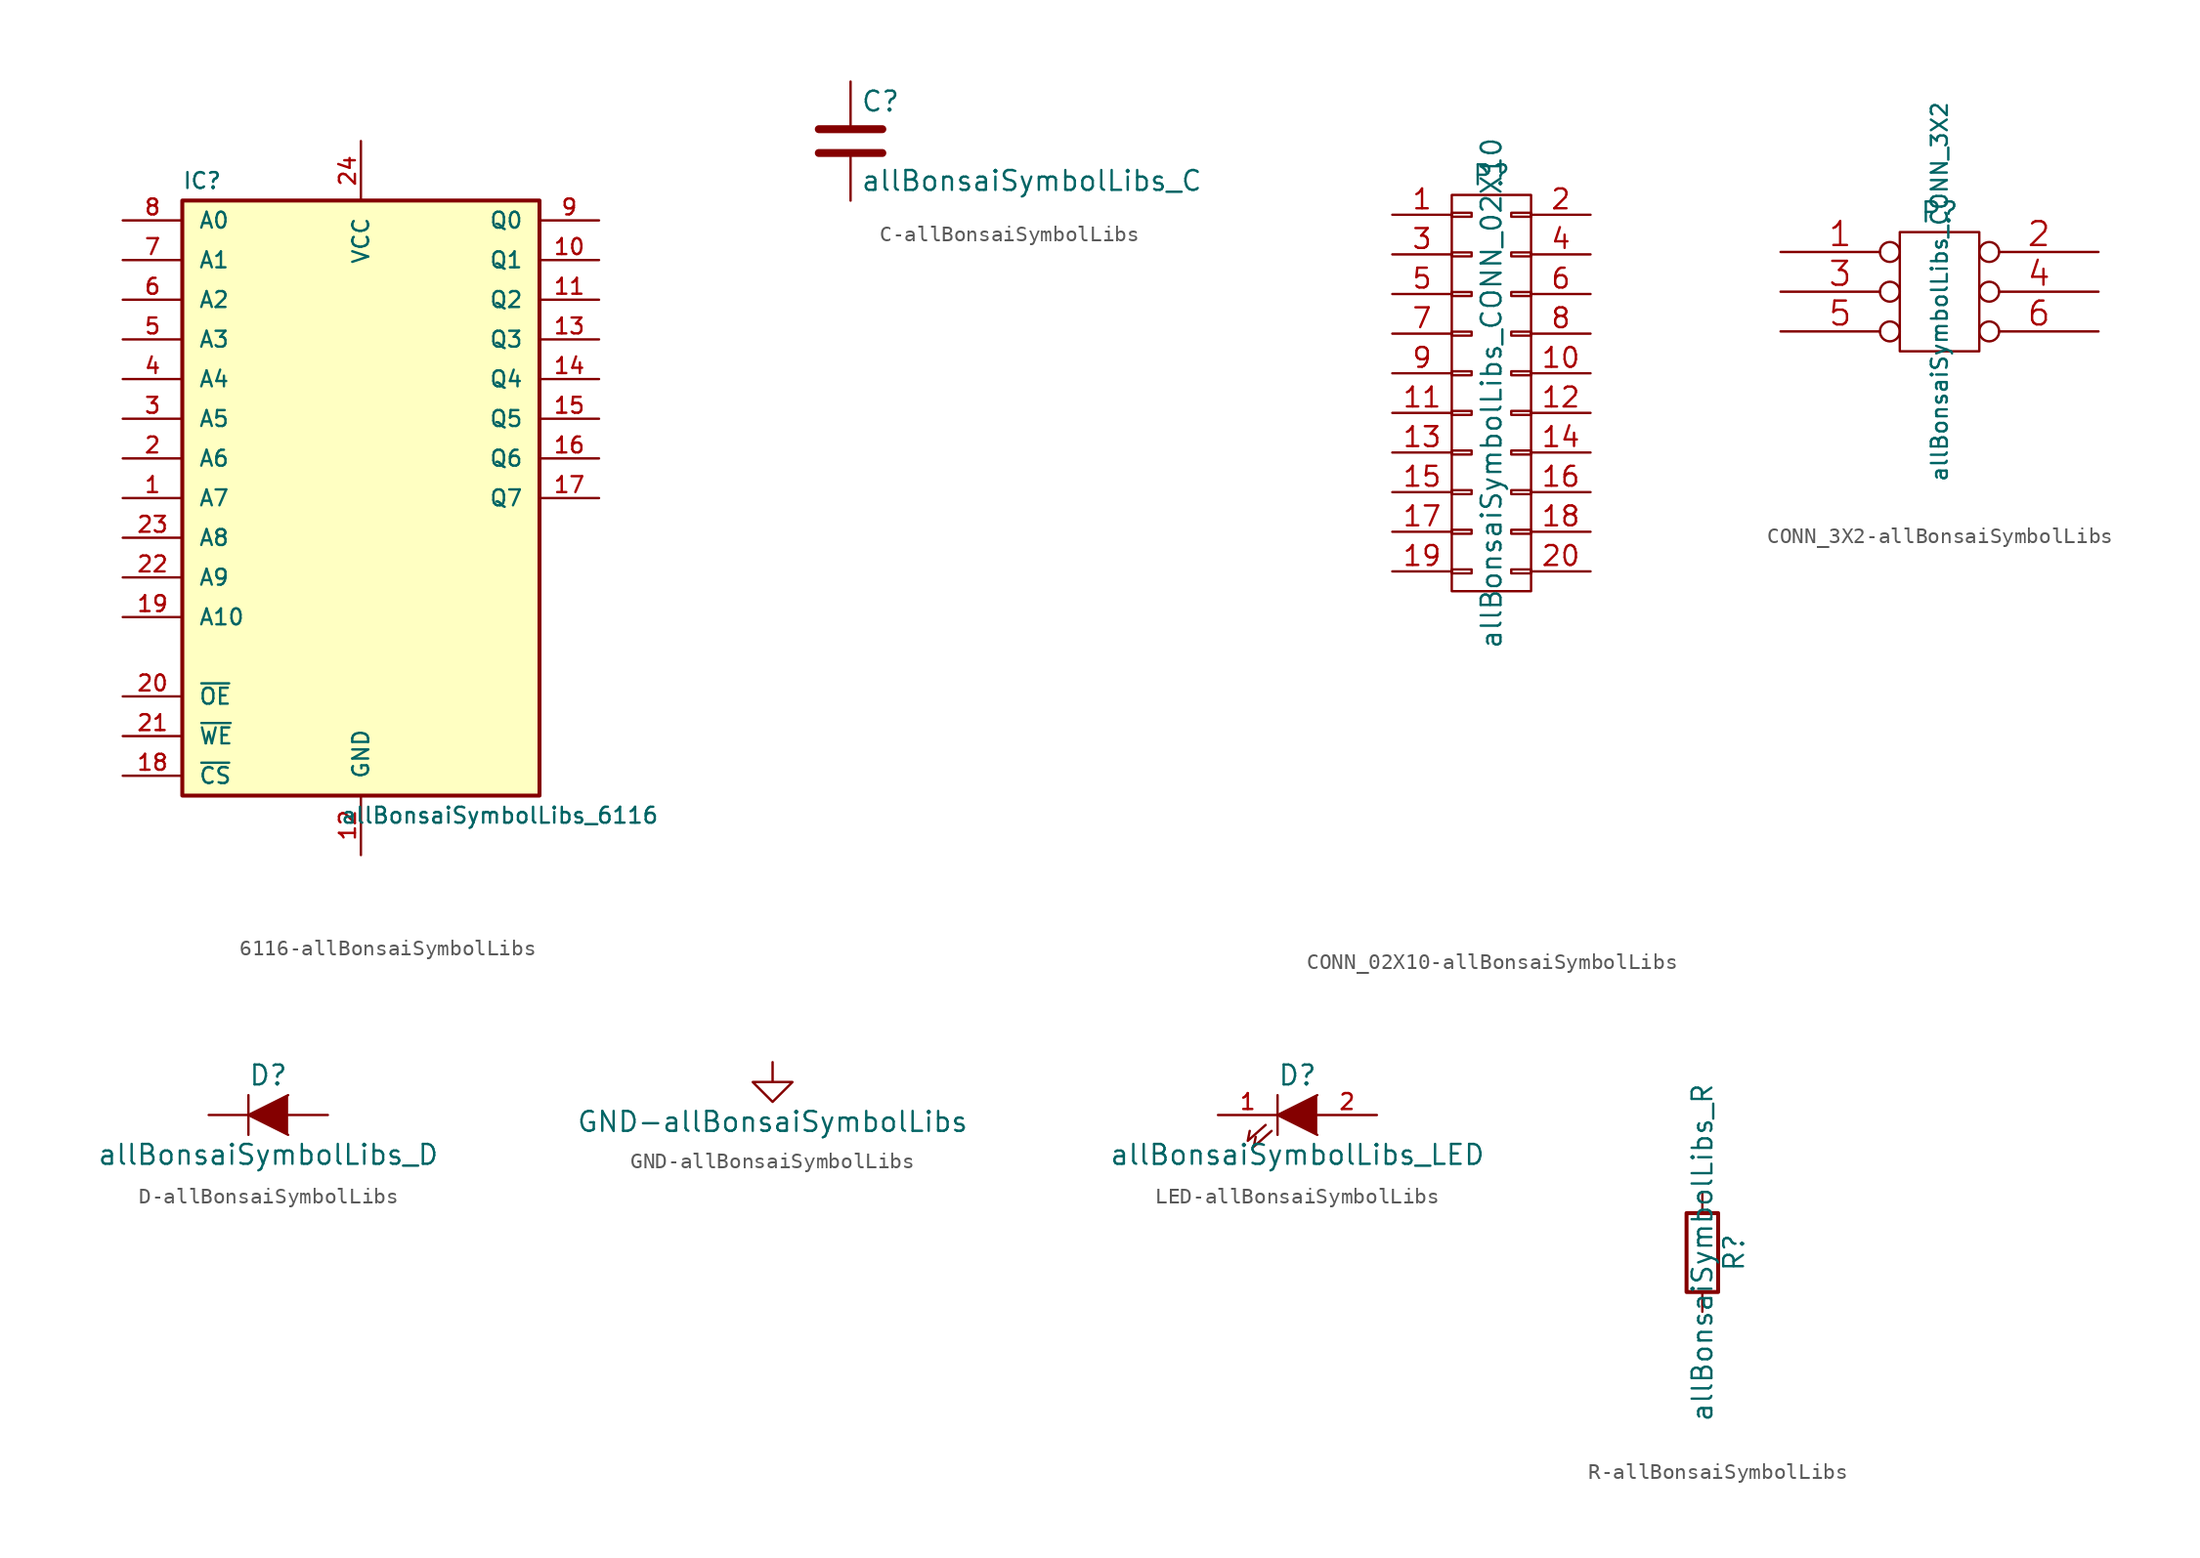
<source format=kicad_sym>
(kicad_symbol_lib
  (version 20220914)
  (generator kicad_symbol_editor)
  (symbol "6116-allBonsaiSymbolLibs"
    (pin_names
      (offset 1.016))
    (property "Reference" "IC"
      (at -10.16 20.32 0)
      (effects (font (size 1.016 1.016))))
    (property "Value" "allBonsaiSymbolLibs_6116"
      (at 8.89 -20.32 0)
      (effects (font (size 1.016 1.016))))
    (property "Footprint" ""
      (at 0 0 0)
      (effects (font (size 1.524 1.524))))
    (property "Datasheet" ""
      (at 0 0 0)
      (effects (font (size 1.524 1.524))))
    (symbol "6116-allBonsaiSymbolLibs_0_0"
      (pin power_in line (at 0 -22.86 90) (length 3.81) (name "GND" (effects (font (size 1.016 1.016)))) (number "12" (effects (font (size 1.016 1.016)))))
      (pin power_in line (at 0 22.86 270) (length 3.81) (name "VCC" (effects (font (size 1.016 1.016)))) (number "24" (effects (font (size 1.016 1.016))))))
    (symbol "6116-allBonsaiSymbolLibs_0_1"
      (rectangle (start -11.43 19.05) (end 11.43 -19.05) (stroke (width 0.254) (type solid)) (fill (type background))))
    (symbol "6116-allBonsaiSymbolLibs_1_1"
      (pin input line (at -15.24 0 0) (length 3.81) (name "A7" (effects (font (size 1.016 1.016)))) (number "1" (effects (font (size 1.016 1.016)))))
      (pin tri_state line (at 15.24 15.24 180) (length 3.81) (name "Q1" (effects (font (size 1.016 1.016)))) (number "10" (effects (font (size 1.016 1.016)))))
      (pin tri_state line (at 15.24 12.7 180) (length 3.81) (name "Q2" (effects (font (size 1.016 1.016)))) (number "11" (effects (font (size 1.016 1.016)))))
      (pin tri_state line (at 15.24 10.16 180) (length 3.81) (name "Q3" (effects (font (size 1.016 1.016)))) (number "13" (effects (font (size 1.016 1.016)))))
      (pin tri_state line (at 15.24 7.62 180) (length 3.81) (name "Q4" (effects (font (size 1.016 1.016)))) (number "14" (effects (font (size 1.016 1.016)))))
      (pin tri_state line (at 15.24 5.08 180) (length 3.81) (name "Q5" (effects (font (size 1.016 1.016)))) (number "15" (effects (font (size 1.016 1.016)))))
      (pin tri_state line (at 15.24 2.54 180) (length 3.81) (name "Q6" (effects (font (size 1.016 1.016)))) (number "16" (effects (font (size 1.016 1.016)))))
      (pin tri_state line (at 15.24 0 180) (length 3.81) (name "Q7" (effects (font (size 1.016 1.016)))) (number "17" (effects (font (size 1.016 1.016)))))
      (pin input line (at -15.24 -17.78 0) (length 3.81) (name "~{CS}" (effects (font (size 1.016 1.016)))) (number "18" (effects (font (size 1.016 1.016)))))
      (pin input line (at -15.24 -7.62 0) (length 3.81) (name "A10" (effects (font (size 1.016 1.016)))) (number "19" (effects (font (size 1.016 1.016)))))
      (pin input line (at -15.24 2.54 0) (length 3.81) (name "A6" (effects (font (size 1.016 1.016)))) (number "2" (effects (font (size 1.016 1.016)))))
      (pin input line (at -15.24 -12.7 0) (length 3.81) (name "~{OE}" (effects (font (size 1.016 1.016)))) (number "20" (effects (font (size 1.016 1.016)))))
      (pin input line (at -15.24 -15.24 0) (length 3.81) (name "~{WE}" (effects (font (size 1.016 1.016)))) (number "21" (effects (font (size 1.016 1.016)))))
      (pin input line (at -15.24 -5.08 0) (length 3.81) (name "A9" (effects (font (size 1.016 1.016)))) (number "22" (effects (font (size 1.016 1.016)))))
      (pin input line (at -15.24 -2.54 0) (length 3.81) (name "A8" (effects (font (size 1.016 1.016)))) (number "23" (effects (font (size 1.016 1.016)))))
      (pin input line (at -15.24 5.08 0) (length 3.81) (name "A5" (effects (font (size 1.016 1.016)))) (number "3" (effects (font (size 1.016 1.016)))))
      (pin input line (at -15.24 7.62 0) (length 3.81) (name "A4" (effects (font (size 1.016 1.016)))) (number "4" (effects (font (size 1.016 1.016)))))
      (pin input line (at -15.24 10.16 0) (length 3.81) (name "A3" (effects (font (size 1.016 1.016)))) (number "5" (effects (font (size 1.016 1.016)))))
      (pin input line (at -15.24 12.7 0) (length 3.81) (name "A2" (effects (font (size 1.016 1.016)))) (number "6" (effects (font (size 1.016 1.016)))))
      (pin input line (at -15.24 15.24 0) (length 3.81) (name "A1" (effects (font (size 1.016 1.016)))) (number "7" (effects (font (size 1.016 1.016)))))
      (pin input line (at -15.24 17.78 0) (length 3.81) (name "A0" (effects (font (size 1.016 1.016)))) (number "8" (effects (font (size 1.016 1.016)))))
      (pin tri_state line (at 15.24 17.78 180) (length 3.81) (name "Q0" (effects (font (size 1.016 1.016)))) (number "9" (effects (font (size 1.016 1.016)))))))
  (symbol "C-allBonsaiSymbolLibs"
    (pin_numbers hide)
    (pin_names
      (offset 0.254))
    (property "Reference" "C"
      (at 0.635 2.54 0)
      (effects (font (size 1.27 1.27)) (justify left)))
    (property "Value" "allBonsaiSymbolLibs_C"
      (at 0.635 -2.54 0)
      (effects (font (size 1.27 1.27)) (justify left)))
    (property "Footprint" ""
      (at 0.965 -3.81 0)
      (effects (font (size 0.762 0.762))))
    (property "Datasheet" ""
      (at 0 0 0)
      (effects (font (size 1.524 1.524))))
    (symbol "C-allBonsaiSymbolLibs_0_1"
      (polyline (pts (xy -2.032 -0.762) (xy 2.032 -0.762)) (stroke (width 0.508) (type solid)) (fill (type none)))
      (polyline (pts (xy -2.032 0.762) (xy 2.032 0.762)) (stroke (width 0.508) (type solid)) (fill (type none))))
    (symbol "C-allBonsaiSymbolLibs_1_1"
      (pin passive line (at 0 3.81 270) (length 2.794) (name "~" (effects (font (size 1.016 1.016)))) (number "1" (effects (font (size 1.016 1.016)))))
      (pin passive line (at 0 -3.81 90) (length 2.794) (name "~" (effects (font (size 1.016 1.016)))) (number "2" (effects (font (size 1.016 1.016)))))))
  (symbol "CONN_02X10-allBonsaiSymbolLibs"
    (pin_names
      (offset 0.025) hide)
    (property "Reference" "P"
      (at 0 13.97 0)
      (effects (font (size 1.27 1.27))))
    (property "Value" "allBonsaiSymbolLibs_CONN_02X10"
      (at 0 0 90)
      (effects (font (size 1.27 1.27))))
    (property "Footprint" ""
      (at 0 -30.48 0)
      (effects (font (size 1.27 1.27))))
    (property "Datasheet" ""
      (at 0 -30.48 0)
      (effects (font (size 1.27 1.27))))
    (symbol "CONN_02X10-allBonsaiSymbolLibs_0_1"
      (rectangle (start -2.54 -11.303) (end -1.27 -11.557) (stroke (width 0) (type solid)) (fill (type none)))
      (rectangle (start -2.54 -8.763) (end -1.27 -9.017) (stroke (width 0) (type solid)) (fill (type none)))
      (rectangle (start -2.54 -6.223) (end -1.27 -6.477) (stroke (width 0) (type solid)) (fill (type none)))
      (rectangle (start -2.54 -3.683) (end -1.27 -3.937) (stroke (width 0) (type solid)) (fill (type none)))
      (rectangle (start -2.54 -1.143) (end -1.27 -1.397) (stroke (width 0) (type solid)) (fill (type none)))
      (rectangle (start -2.54 1.397) (end -1.27 1.143) (stroke (width 0) (type solid)) (fill (type none)))
      (rectangle (start -2.54 3.937) (end -1.27 3.683) (stroke (width 0) (type solid)) (fill (type none)))
      (rectangle (start -2.54 6.477) (end -1.27 6.223) (stroke (width 0) (type solid)) (fill (type none)))
      (rectangle (start -2.54 9.017) (end -1.27 8.763) (stroke (width 0) (type solid)) (fill (type none)))
      (rectangle (start -2.54 11.557) (end -1.27 11.303) (stroke (width 0) (type solid)) (fill (type none)))
      (rectangle (start -2.54 12.7) (end 2.54 -12.7) (stroke (width 0) (type solid)) (fill (type none)))
      (rectangle (start 1.27 -11.303) (end 2.54 -11.557) (stroke (width 0) (type solid)) (fill (type none)))
      (rectangle (start 1.27 -8.763) (end 2.54 -9.017) (stroke (width 0) (type solid)) (fill (type none)))
      (rectangle (start 1.27 -6.223) (end 2.54 -6.477) (stroke (width 0) (type solid)) (fill (type none)))
      (rectangle (start 1.27 -3.683) (end 2.54 -3.937) (stroke (width 0) (type solid)) (fill (type none)))
      (rectangle (start 1.27 -1.143) (end 2.54 -1.397) (stroke (width 0) (type solid)) (fill (type none)))
      (rectangle (start 1.27 1.397) (end 2.54 1.143) (stroke (width 0) (type solid)) (fill (type none)))
      (rectangle (start 1.27 3.937) (end 2.54 3.683) (stroke (width 0) (type solid)) (fill (type none)))
      (rectangle (start 1.27 6.477) (end 2.54 6.223) (stroke (width 0) (type solid)) (fill (type none)))
      (rectangle (start 1.27 9.017) (end 2.54 8.763) (stroke (width 0) (type solid)) (fill (type none)))
      (rectangle (start 1.27 11.557) (end 2.54 11.303) (stroke (width 0) (type solid)) (fill (type none))))
    (symbol "CONN_02X10-allBonsaiSymbolLibs_1_1"
      (pin passive line (at -6.35 11.43 0) (length 3.81) (name "P1" (effects (font (size 1.27 1.27)))) (number "1" (effects (font (size 1.27 1.27)))))
      (pin passive line (at 6.35 1.27 180) (length 3.81) (name "P10" (effects (font (size 1.27 1.27)))) (number "10" (effects (font (size 1.27 1.27)))))
      (pin passive line (at -6.35 -1.27 0) (length 3.81) (name "P11" (effects (font (size 1.27 1.27)))) (number "11" (effects (font (size 1.27 1.27)))))
      (pin passive line (at 6.35 -1.27 180) (length 3.81) (name "P12" (effects (font (size 1.27 1.27)))) (number "12" (effects (font (size 1.27 1.27)))))
      (pin passive line (at -6.35 -3.81 0) (length 3.81) (name "P13" (effects (font (size 1.27 1.27)))) (number "13" (effects (font (size 1.27 1.27)))))
      (pin passive line (at 6.35 -3.81 180) (length 3.81) (name "P14" (effects (font (size 1.27 1.27)))) (number "14" (effects (font (size 1.27 1.27)))))
      (pin passive line (at -6.35 -6.35 0) (length 3.81) (name "P15" (effects (font (size 1.27 1.27)))) (number "15" (effects (font (size 1.27 1.27)))))
      (pin passive line (at 6.35 -6.35 180) (length 3.81) (name "P16" (effects (font (size 1.27 1.27)))) (number "16" (effects (font (size 1.27 1.27)))))
      (pin passive line (at -6.35 -8.89 0) (length 3.81) (name "P17" (effects (font (size 1.27 1.27)))) (number "17" (effects (font (size 1.27 1.27)))))
      (pin passive line (at 6.35 -8.89 180) (length 3.81) (name "P18" (effects (font (size 1.27 1.27)))) (number "18" (effects (font (size 1.27 1.27)))))
      (pin passive line (at -6.35 -11.43 0) (length 3.81) (name "P19" (effects (font (size 1.27 1.27)))) (number "19" (effects (font (size 1.27 1.27)))))
      (pin passive line (at 6.35 11.43 180) (length 3.81) (name "P2" (effects (font (size 1.27 1.27)))) (number "2" (effects (font (size 1.27 1.27)))))
      (pin passive line (at 6.35 -11.43 180) (length 3.81) (name "P20" (effects (font (size 1.27 1.27)))) (number "20" (effects (font (size 1.27 1.27)))))
      (pin passive line (at -6.35 8.89 0) (length 3.81) (name "P3" (effects (font (size 1.27 1.27)))) (number "3" (effects (font (size 1.27 1.27)))))
      (pin passive line (at 6.35 8.89 180) (length 3.81) (name "P4" (effects (font (size 1.27 1.27)))) (number "4" (effects (font (size 1.27 1.27)))))
      (pin passive line (at -6.35 6.35 0) (length 3.81) (name "P5" (effects (font (size 1.27 1.27)))) (number "5" (effects (font (size 1.27 1.27)))))
      (pin passive line (at 6.35 6.35 180) (length 3.81) (name "P6" (effects (font (size 1.27 1.27)))) (number "6" (effects (font (size 1.27 1.27)))))
      (pin passive line (at -6.35 3.81 0) (length 3.81) (name "P7" (effects (font (size 1.27 1.27)))) (number "7" (effects (font (size 1.27 1.27)))))
      (pin passive line (at 6.35 3.81 180) (length 3.81) (name "P8" (effects (font (size 1.27 1.27)))) (number "8" (effects (font (size 1.27 1.27)))))
      (pin passive line (at -6.35 1.27 0) (length 3.81) (name "P9" (effects (font (size 1.27 1.27)))) (number "9" (effects (font (size 1.27 1.27)))))))
  (symbol "CONN_3X2-allBonsaiSymbolLibs"
    (pin_names
      (offset 1.016) hide)
    (property "Reference" "P"
      (at 0 6.35 0)
      (effects (font (size 1.27 1.27))))
    (property "Value" "allBonsaiSymbolLibs_CONN_3X2"
      (at 0 1.27 90)
      (effects (font (size 1.016 1.016))))
    (property "Footprint" ""
      (at 0 0 0)
      (effects (font (size 1.524 1.524))))
    (property "Datasheet" ""
      (at 0 0 0)
      (effects (font (size 1.524 1.524))))
    (symbol "CONN_3X2-allBonsaiSymbolLibs_0_1"
      (rectangle (start -2.54 5.08) (end 2.54 -2.54) (stroke (width 0) (type solid)) (fill (type none))))
    (symbol "CONN_3X2-allBonsaiSymbolLibs_1_1"
      (pin passive inverted (at -10.16 3.81 0) (length 7.62) (name "1" (effects (font (size 1.524 1.524)))) (number "1" (effects (font (size 1.524 1.524)))))
      (pin passive inverted (at 10.16 3.81 180) (length 7.62) (name "2" (effects (font (size 1.524 1.524)))) (number "2" (effects (font (size 1.524 1.524)))))
      (pin passive inverted (at -10.16 1.27 0) (length 7.62) (name "3" (effects (font (size 1.524 1.524)))) (number "3" (effects (font (size 1.524 1.524)))))
      (pin passive inverted (at 10.16 1.27 180) (length 7.62) (name "4" (effects (font (size 1.524 1.524)))) (number "4" (effects (font (size 1.524 1.524)))))
      (pin passive inverted (at -10.16 -1.27 0) (length 7.62) (name "5" (effects (font (size 1.524 1.524)))) (number "5" (effects (font (size 1.524 1.524)))))
      (pin passive inverted (at 10.16 -1.27 180) (length 7.62) (name "6" (effects (font (size 1.524 1.524)))) (number "6" (effects (font (size 1.524 1.524)))))))
  (symbol "D-allBonsaiSymbolLibs"
    (pin_numbers hide)
    (pin_names
      (offset 1.016) hide)
    (property "Reference" "D"
      (at 0 2.54 0)
      (effects (font (size 1.27 1.27))))
    (property "Value" "allBonsaiSymbolLibs_D"
      (at 0 -2.54 0)
      (effects (font (size 1.27 1.27))))
    (property "Footprint" ""
      (at 0 0 0)
      (effects (font (size 1.524 1.524))))
    (property "Datasheet" ""
      (at 0 0 0)
      (effects (font (size 1.524 1.524))))
    (symbol "D-allBonsaiSymbolLibs_0_1"
      (polyline (pts (xy -1.27 1.27) (xy -1.27 -1.27)) (stroke (width 0.152) (type solid)) (fill (type none)))
      (polyline (pts (xy 1.27 1.27) (xy -1.27 0) (xy 1.27 -1.27)) (stroke (width 0) (type solid)) (fill (type outline))))
    (symbol "D-allBonsaiSymbolLibs_1_1"
      (pin passive line (at -3.81 0 0) (length 2.54) (name "K" (effects (font (size 1.27 1.27)))) (number "1" (effects (font (size 1.27 1.27)))))
      (pin passive line (at 3.81 0 180) (length 2.54) (name "A" (effects (font (size 1.27 1.27)))) (number "2" (effects (font (size 1.27 1.27)))))))
  (symbol "GND-allBonsaiSymbolLibs"
    (power)
    (pin_names
      (offset 0))
    (property "Reference" "#PWR"
      (at 0 -6.35 0)
      (effects (font (size 1.27 1.27)) hide))
    (property "Value" "GND-allBonsaiSymbolLibs"
      (at 0 -3.81 0)
      (effects (font (size 1.27 1.27))))
    (symbol "GND-allBonsaiSymbolLibs_0_1"
      (polyline (pts (xy 0 0) (xy 0 -1.27) (xy 1.27 -1.27) (xy 0 -2.54) (xy -1.27 -1.27) (xy 0 -1.27)) (stroke (width 0) (type solid)) (fill (type none))))
    (symbol "GND-allBonsaiSymbolLibs_1_1"
      (pin power_in line (at 0 0 270) (length 0) hide (name "GND" (effects (font (size 1.27 1.27)))) (number "1" (effects (font (size 1.27 1.27)))))))
  (symbol "LED-allBonsaiSymbolLibs"
    (pin_names
      (offset 1.016) hide)
    (property "Reference" "D"
      (at 0 2.54 0)
      (effects (font (size 1.27 1.27))))
    (property "Value" "allBonsaiSymbolLibs_LED"
      (at 0 -2.54 0)
      (effects (font (size 1.27 1.27))))
    (property "Footprint" ""
      (at 0 0 0)
      (effects (font (size 1.524 1.524))))
    (property "Datasheet" ""
      (at 0 0 0)
      (effects (font (size 1.524 1.524))))
    (symbol "LED-allBonsaiSymbolLibs_0_1"
      (polyline (pts (xy -1.27 1.27) (xy -1.27 -1.27)) (stroke (width 0) (type solid)) (fill (type none)))
      (polyline (pts (xy -2.032 -0.635) (xy -3.175 -1.651) (xy -3.048 -1.016)) (stroke (width 0) (type solid)) (fill (type none)))
      (polyline (pts (xy -1.651 -1.016) (xy -2.794 -2.032) (xy -2.667 -1.397)) (stroke (width 0) (type solid)) (fill (type none)))
      (polyline (pts (xy 1.27 1.27) (xy -1.27 0) (xy 1.27 -1.27)) (stroke (width 0) (type solid)) (fill (type outline))))
    (symbol "LED-allBonsaiSymbolLibs_1_1"
      (pin passive line (at -5.08 0 0) (length 3.81) (name "K" (effects (font (size 1.016 1.016)))) (number "1" (effects (font (size 1.016 1.016)))))
      (pin passive line (at 5.08 0 180) (length 3.81) (name "A" (effects (font (size 1.016 1.016)))) (number "2" (effects (font (size 1.016 1.016)))))))
  (symbol "R-allBonsaiSymbolLibs"
    (pin_numbers hide)
    (pin_names
      (offset 0))
    (property "Reference" "R"
      (at 2.032 0 90)
      (effects (font (size 1.27 1.27))))
    (property "Value" "allBonsaiSymbolLibs_R"
      (at 0 0 90)
      (effects (font (size 1.27 1.27))))
    (symbol "R-allBonsaiSymbolLibs_0_1"
      (rectangle (start -1.016 -2.54) (end 1.016 2.54) (stroke (width 0.254) (type solid)) (fill (type none))))
    (symbol "R-allBonsaiSymbolLibs_1_1"
      (pin passive line (at 0 3.81 270) (length 1.27) (name "~" (effects (font (size 1.27 1.27)))) (number "1" (effects (font (size 1.27 1.27)))))
      (pin passive line (at 0 -3.81 90) (length 1.27) (name "~" (effects (font (size 1.27 1.27)))) (number "2" (effects (font (size 1.27 1.27))))))))
</source>
